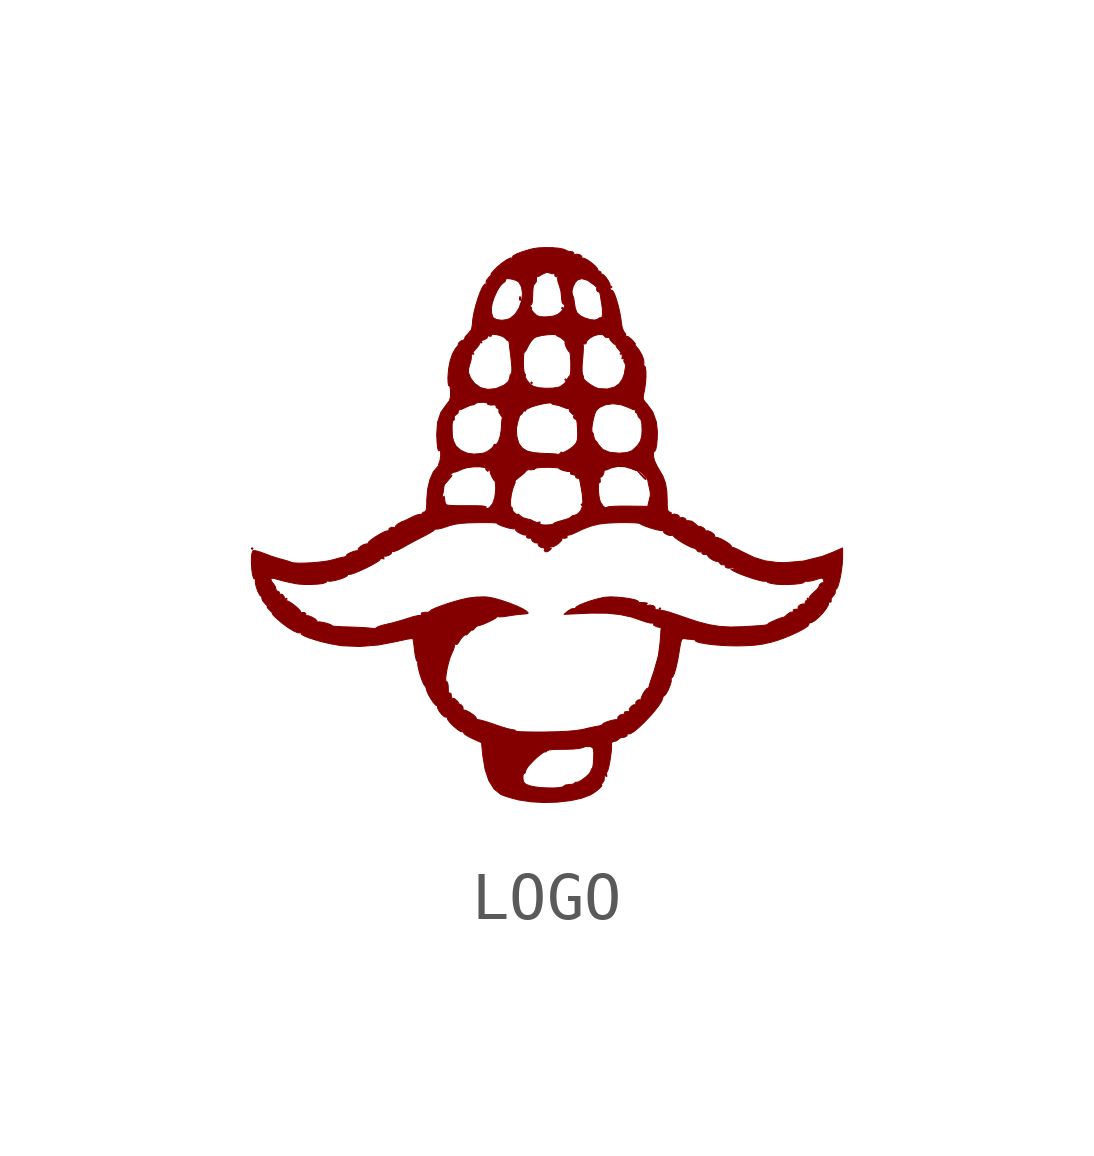
<source format=kicad_sym>
(kicad_symbol_lib
  (version 20210619)
  (generator bitmap2component)
  (symbol "LOGO"
    (pin_names
      (offset 1.016))
    (property "Reference" "#G"
      (at 0 5.351 0)
      (effects (font (size 1.27 1.27)) hide))
    (symbol "LOGO_0_0"
      (polyline (pts (xy 0.224 -5.837) (xy 0.487 -5.807) (xy 0.718 -5.757) (xy 0.902 -5.688) (xy 0.966 -5.65) (xy 1.044 -5.594) (xy 1.108 -5.538) (xy 1.143 -5.496) (xy 1.136 -5.479) (xy 1.132 -5.468) (xy 1.163 -5.427) (xy 1.189 -5.386) (xy 1.194 -5.32) (xy 1.187 -5.285) (xy 1.218 -5.293) (xy 1.247 -5.303) (xy 1.242 -5.267) (xy 1.236 -5.237) (xy 1.253 -5.202) (xy 1.264 -5.186) (xy 1.284 -5.116) (xy 1.306 -5.011) (xy 1.325 -4.89) (xy 1.34 -4.772) (xy 1.346 -4.675) (xy 1.342 -4.62) (xy 1.347 -4.595) (xy 1.396 -4.574) (xy 1.439 -4.565) (xy 1.489 -4.531) (xy 1.5 -4.517) (xy 1.543 -4.495) (xy 1.544 -4.495) (xy 1.61 -4.487) (xy 1.662 -4.46) (xy 1.673 -4.428) (xy 1.671 -4.415) (xy 1.704 -4.417) (xy 1.739 -4.412) (xy 1.814 -4.366) (xy 1.912 -4.285) (xy 2.022 -4.18) (xy 2.136 -4.061) (xy 2.242 -3.939) (xy 2.33 -3.825) (xy 2.39 -3.73) (xy 2.413 -3.664) (xy 2.415 -3.646) (xy 2.443 -3.619) (xy 2.449 -3.617) (xy 2.484 -3.576) (xy 2.525 -3.499) (xy 2.562 -3.408) (xy 2.587 -3.328) (xy 2.587 -3.28) (xy 2.582 -3.268) (xy 2.597 -3.247) (xy 2.616 -3.234) (xy 2.65 -3.164) (xy 2.686 -3.044) (xy 2.722 -2.882) (xy 2.755 -2.689) (xy 2.763 -2.636) (xy 2.783 -2.522) (xy 2.803 -2.458) (xy 2.827 -2.433) (xy 2.86 -2.433) (xy 2.92 -2.443) (xy 3.015 -2.45) (xy 3.073 -2.457) (xy 3.092 -2.474) (xy 3.104 -2.493) (xy 3.172 -2.515) (xy 3.285 -2.537) (xy 3.432 -2.557) (xy 3.601 -2.572) (xy 3.78 -2.582) (xy 3.957 -2.585) (xy 4.11 -2.582) (xy 4.316 -2.571) (xy 4.493 -2.547) (xy 4.667 -2.508) (xy 4.788 -2.473) (xy 4.944 -2.417) (xy 5.099 -2.353) (xy 5.24 -2.287) (xy 5.354 -2.225) (xy 5.43 -2.173) (xy 5.454 -2.136) (xy 5.452 -2.122) (xy 5.471 -2.104) (xy 5.502 -2.101) (xy 5.574 -2.061) (xy 5.658 -1.99) (xy 5.743 -1.901) (xy 5.814 -1.811) (xy 5.858 -1.733) (xy 5.862 -1.682) (xy 5.856 -1.667) (xy 5.88 -1.671) (xy 5.891 -1.677) (xy 5.915 -1.669) (xy 5.918 -1.605) (xy 5.928 -1.583) (xy 5.97 -1.533) (xy 5.999 -1.491) (xy 6.006 -1.431) (xy 6.001 -1.409) (xy 6.018 -1.402) (xy 6.029 -1.401) (xy 6.054 -1.355) (xy 6.082 -1.264) (xy 6.11 -1.143) (xy 6.133 -1.007) (xy 6.149 -0.87) (xy 6.156 -0.748) (xy 6.156 -0.545) (xy 5.961 -0.631) (xy 5.73 -0.721) (xy 5.342 -0.818) (xy 4.953 -0.852) (xy 4.789 -0.847) (xy 4.543 -0.814) (xy 4.314 -0.744) (xy 4.074 -0.628) (xy 4.064 -0.623) (xy 3.959 -0.569) (xy 3.879 -0.535) (xy 3.842 -0.527) (xy 3.838 -0.529) (xy 3.84 -0.518) (xy 3.834 -0.498) (xy 3.788 -0.455) (xy 3.712 -0.405) (xy 3.628 -0.359) (xy 3.554 -0.329) (xy 3.511 -0.326) (xy 3.495 -0.333) (xy 3.495 -0.313) (xy 3.498 -0.305) (xy 3.478 -0.262) (xy 3.424 -0.218) (xy 3.359 -0.189) (xy 3.308 -0.19) (xy 3.292 -0.197) (xy 3.293 -0.177) (xy 3.291 -0.159) (xy 3.253 -0.124) (xy 3.198 -0.098) (xy 3.154 -0.097) (xy 3.127 -0.079) (xy 3.075 -0.031) (xy 3.014 0.012) (xy 2.939 0.023) (xy 2.904 0.019) (xy 2.892 0.034) (xy 2.895 0.045) (xy 2.87 0.074) (xy 2.817 0.089) (xy 2.765 0.08) (xy 2.751 0.073) (xy 2.752 0.094) (xy 2.753 0.118) (xy 2.716 0.147) (xy 2.655 0.161) (xy 2.599 0.149) (xy 2.58 0.141) (xy 2.584 0.164) (xy 2.59 0.185) (xy 2.556 0.203) (xy 2.535 0.209) (xy 2.515 0.242) (xy 2.505 0.318) (xy 2.503 0.448) (xy 2.495 0.639) (xy 2.468 0.803) (xy 2.414 0.949) (xy 2.326 1.1) (xy 2.292 1.157) (xy 2.237 1.278) (xy 2.216 1.375) (xy 2.216 1.383) (xy 2.222 1.449) (xy 2.237 1.469) (xy 2.245 1.468) (xy 2.266 1.508) (xy 2.284 1.598) (xy 2.295 1.724) (xy 2.299 1.873) (xy 2.278 2.075) (xy 2.203 2.286) (xy 2.077 2.458) (xy 2.038 2.5) (xy 2.007 2.551) (xy 2.005 2.613) (xy 2.025 2.714) (xy 2.034 2.76) (xy 2.053 2.891) (xy 2.062 3.021) (xy 2.06 3.135) (xy 2.049 3.216) (xy 2.027 3.247) (xy 2.015 3.25) (xy 2.013 3.281) (xy 2.019 3.296) (xy 2.014 3.373) (xy 1.975 3.476) (xy 1.911 3.585) (xy 1.83 3.682) (xy 1.786 3.727) (xy 1.766 3.752) (xy 1.793 3.736) (xy 1.81 3.722) (xy 1.844 3.699) (xy 1.834 3.717) (xy 1.779 3.779) (xy 1.752 3.807) (xy 1.688 3.856) (xy 1.647 3.866) (xy 1.634 3.861) (xy 1.636 3.882) (xy 1.641 3.904) (xy 1.612 3.947) (xy 1.592 3.974) (xy 1.564 4.058) (xy 1.545 4.178) (xy 1.541 4.215) (xy 1.518 4.35) (xy 1.486 4.491) (xy 1.449 4.622) (xy 1.411 4.73) (xy 1.377 4.8) (xy 1.351 4.819) (xy 1.336 4.815) (xy 1.315 4.846) (xy 1.316 4.915) (xy 1.31 4.951) (xy 1.276 5.018) (xy 1.228 5.088) (xy 1.179 5.141) (xy 1.146 5.155) (xy 1.133 5.152) (xy 1.124 5.181) (xy 1.123 5.2) (xy 1.091 5.217) (xy 1.074 5.217) (xy 1.057 5.247) (xy 1.052 5.267) (xy 1.009 5.321) (xy 0.936 5.385) (xy 0.854 5.444) (xy 0.781 5.484) (xy 0.736 5.491) (xy 0.721 5.484) (xy 0.723 5.505) (xy 0.724 5.529) (xy 0.686 5.559) (xy 0.626 5.572) (xy 0.57 5.561) (xy 0.551 5.552) (xy 0.555 5.575) (xy 0.561 5.594) (xy 0.535 5.62) (xy 0.521 5.621) (xy 0.457 5.629) (xy 0.437 5.634) (xy 0.376 5.662) (xy 0.346 5.675) (xy 0.246 5.695) (xy 0.111 5.707) (xy -0.038 5.709) (xy -0.18 5.702) (xy -0.294 5.685) (xy -0.358 5.669) (xy -0.464 5.637) (xy -0.327 5.637) (xy -0.322 5.641) (xy -0.282 5.637) (xy -0.277 5.627) (xy -0.304 5.614) (xy -0.322 5.617) (xy -0.327 5.637) (xy -0.464 5.637) (xy -0.514 5.622) (xy -0.633 5.576) (xy -0.706 5.535) (xy -0.721 5.503) (xy -0.715 5.49) (xy -0.735 5.49) (xy -0.766 5.49) (xy -0.838 5.455) (xy -0.931 5.391) (xy -1.029 5.31) (xy -1.116 5.222) (xy -1.157 5.173) (xy -1.167 5.153) (xy -1.131 5.175) (xy -1.114 5.186) (xy -1.125 5.17) (xy -1.178 5.12) (xy -1.197 5.103) (xy -1.262 5.024) (xy -1.268 4.971) (xy -1.257 4.949) (xy -1.276 4.949) (xy -1.302 4.942) (xy -1.343 4.885) (xy -1.39 4.784) (xy -1.438 4.653) (xy -1.482 4.507) (xy -1.499 4.439) (xy -1.159 4.439) (xy -1.14 4.549) (xy -1.096 4.681) (xy -1.036 4.81) (xy -0.971 4.914) (xy -0.91 4.974) (xy -0.872 5.001) (xy -0.86 5.035) (xy -0.863 5.043) (xy -0.843 5.061) (xy -0.785 5.061) (xy -0.709 5.046) (xy -0.635 5.021) (xy -0.584 4.987) (xy -0.531 4.892) (xy -0.51 4.753) (xy -0.528 4.6) (xy -0.555 4.524) (xy -0.367 4.524) (xy -0.347 4.52) (xy -0.324 4.518) (xy -0.307 4.563) (xy -0.299 4.665) (xy -0.296 4.759) (xy -0.291 4.852) (xy -0.283 4.906) (xy -0.268 4.939) (xy -0.243 4.968) (xy -0.222 5) (xy -0.217 5.06) (xy -0.222 5.081) (xy -0.21 5.099) (xy -0.209 5.099) (xy -0.165 5.113) (xy -0.095 5.153) (xy -0.084 5.16) (xy -0.006 5.193) (xy 0.061 5.178) (xy 0.105 5.162) (xy 0.151 5.168) (xy 0.162 5.173) (xy 0.164 5.141) (xy 0.164 5.116) (xy 0.197 5.099) (xy 0.216 5.1) (xy 0.223 5.078) (xy 0.22 5.07) (xy 0.226 5.011) (xy 0.254 4.926) (xy 0.258 4.916) (xy 0.288 4.805) (xy 0.521 4.805) (xy 0.546 4.898) (xy 0.59 4.985) (xy 0.645 5.04) (xy 0.73 5.061) (xy 0.846 5.027) (xy 0.981 4.931) (xy 1.02 4.896) (xy 1.06 4.856) (xy 1.057 4.851) (xy 1.033 4.857) (xy 1.036 4.822) (xy 1.049 4.797) (xy 1.079 4.784) (xy 1.092 4.782) (xy 1.107 4.741) (xy 1.11 4.721) (xy 1.122 4.638) (xy 1.14 4.532) (xy 1.155 4.419) (xy 1.157 4.318) (xy 1.143 4.255) (xy 1.116 4.245) (xy 1.105 4.249) (xy 1.066 4.228) (xy 1.057 4.218) (xy 0.993 4.199) (xy 0.898 4.209) (xy 0.792 4.241) (xy 0.695 4.289) (xy 0.628 4.349) (xy 0.622 4.359) (xy 0.59 4.445) (xy 0.572 4.55) (xy 0.57 4.574) (xy 0.554 4.667) (xy 0.532 4.725) (xy 0.527 4.734) (xy 0.521 4.805) (xy 0.288 4.805) (xy 0.291 4.794) (xy 0.304 4.668) (xy 0.305 4.637) (xy 0.308 4.617) (xy 0.338 4.617) (xy 0.355 4.634) (xy 0.372 4.617) (xy 0.355 4.6) (xy 0.338 4.617) (xy 0.308 4.617) (xy 0.317 4.562) (xy 0.338 4.532) (xy 0.357 4.529) (xy 0.372 4.494) (xy 0.344 4.432) (xy 0.279 4.359) (xy 0.222 4.316) (xy 0.13 4.281) (xy -0.001 4.267) (xy -0.05 4.265) (xy -0.147 4.27) (xy -0.212 4.294) (xy -0.269 4.345) (xy -0.281 4.358) (xy -0.321 4.41) (xy -0.323 4.431) (xy -0.317 4.443) (xy -0.343 4.488) (xy -0.367 4.524) (xy -0.555 4.524) (xy -0.58 4.45) (xy -0.662 4.322) (xy -0.769 4.233) (xy -0.832 4.209) (xy -0.944 4.195) (xy -1.049 4.209) (xy -1.119 4.248) (xy -1.127 4.26) (xy -1.151 4.338) (xy -1.159 4.439) (xy -1.499 4.439) (xy -1.52 4.356) (xy -1.545 4.215) (xy -1.555 4.097) (xy -1.571 4.005) (xy -1.64 3.918) (xy -1.641 3.916) (xy -1.697 3.859) (xy -1.698 3.858) (xy -1.649 3.858) (xy -1.64 3.889) (xy -1.633 3.9) (xy -1.603 3.923) (xy -1.598 3.921) (xy -1.607 3.889) (xy -1.613 3.88) (xy -1.644 3.856) (xy -1.649 3.858) (xy -1.698 3.858) (xy -1.716 3.812) (xy -1.716 3.796) (xy -1.747 3.779) (xy -1.774 3.775) (xy -1.827 3.736) (xy -1.847 3.708) (xy -1.847 3.687) (xy -1.851 3.668) (xy -1.892 3.621) (xy -1.905 3.607) (xy -1.907 3.602) (xy -1.894 3.602) (xy -1.877 3.619) (xy -1.86 3.602) (xy -1.522 3.602) (xy -1.505 3.619) (xy -1.488 3.602) (xy -1.505 3.585) (xy -1.522 3.602) (xy -1.86 3.602) (xy -1.877 3.585) (xy -1.894 3.602) (xy -1.907 3.602) (xy -1.966 3.499) (xy -2.016 3.349) (xy -2.05 3.174) (xy -2.054 3.115) (xy -1.637 3.115) (xy -1.632 3.186) (xy -1.607 3.281) (xy -1.593 3.321) (xy -1.574 3.406) (xy -1.575 3.454) (xy -1.576 3.466) (xy -1.55 3.518) (xy -1.491 3.587) (xy -1.465 3.615) (xy -1.413 3.683) (xy -1.396 3.729) (xy -1.396 3.743) (xy -1.37 3.772) (xy -1.303 3.791) (xy -1.248 3.825) (xy -1.236 3.859) (xy -1.236 3.872) (xy -1.197 3.866) (xy -1.166 3.859) (xy -1.158 3.876) (xy -1.161 3.891) (xy -1.128 3.903) (xy -1.062 3.898) (xy -0.984 3.88) (xy -0.912 3.852) (xy -0.867 3.818) (xy -0.835 3.781) (xy -0.807 3.77) (xy -0.798 3.769) (xy -0.787 3.727) (xy -0.786 3.715) (xy -0.777 3.638) (xy -0.777 3.636) (xy -0.744 3.636) (xy -0.727 3.653) (xy -0.71 3.636) (xy -0.727 3.619) (xy -0.744 3.636) (xy -0.777 3.636) (xy -0.764 3.521) (xy -0.747 3.382) (xy -0.747 3.377) (xy -0.741 3.32) (xy -0.491 3.32) (xy -0.488 3.432) (xy -0.48 3.508) (xy -0.471 3.533) (xy -0.464 3.534) (xy -0.433 3.574) (xy -0.394 3.651) (xy -0.383 3.675) (xy -0.323 3.768) (xy -0.259 3.832) (xy -0.204 3.855) (xy -0.111 3.877) (xy -0.004 3.892) (xy 0.098 3.9) (xy 0.173 3.897) (xy 0.203 3.881) (xy 0.204 3.874) (xy 0.238 3.856) (xy 0.285 3.835) (xy 0.348 3.783) (xy 0.355 3.776) (xy 0.391 3.736) (xy 0.385 3.732) (xy 0.378 3.734) (xy 0.374 3.707) (xy 0.4 3.637) (xy 0.41 3.616) (xy 0.447 3.552) (xy 0.471 3.533) (xy 0.473 3.533) (xy 0.483 3.497) (xy 0.491 3.412) (xy 0.496 3.294) (xy 0.496 3.273) (xy 0.495 3.229) (xy 0.731 3.229) (xy 0.742 3.384) (xy 0.747 3.432) (xy 0.756 3.559) (xy 0.758 3.655) (xy 0.752 3.7) (xy 0.748 3.712) (xy 0.773 3.707) (xy 0.79 3.699) (xy 0.812 3.712) (xy 0.833 3.768) (xy 0.897 3.827) (xy 0.984 3.874) (xy 1.077 3.9) (xy 1.155 3.9) (xy 1.199 3.864) (xy 1.216 3.842) (xy 1.27 3.835) (xy 1.296 3.841) (xy 1.305 3.826) (xy 1.314 3.788) (xy 1.362 3.733) (xy 1.41 3.693) (xy 1.419 3.692) (xy 1.386 3.737) (xy 1.361 3.772) (xy 1.356 3.787) (xy 1.395 3.759) (xy 1.427 3.724) (xy 1.435 3.683) (xy 1.434 3.679) (xy 1.451 3.634) (xy 1.478 3.602) (xy 1.488 3.602) (xy 1.505 3.619) (xy 1.522 3.602) (xy 1.505 3.585) (xy 1.488 3.602) (xy 1.478 3.602) (xy 1.504 3.572) (xy 1.562 3.5) (xy 1.567 3.432) (xy 1.559 3.394) (xy 1.583 3.395) (xy 1.605 3.402) (xy 1.604 3.37) (xy 1.599 3.345) (xy 1.62 3.3) (xy 1.631 3.289) (xy 1.641 3.237) (xy 1.64 3.235) (xy 1.625 3.172) (xy 1.611 3.082) (xy 1.609 3.073) (xy 1.57 2.969) (xy 1.504 2.874) (xy 1.409 2.805) (xy 1.256 2.764) (xy 1.073 2.773) (xy 1.056 2.777) (xy 0.981 2.81) (xy 0.896 2.862) (xy 0.819 2.92) (xy 0.768 2.97) (xy 0.758 3.002) (xy 0.763 3.014) (xy 0.745 3.059) (xy 0.745 3.06) (xy 0.732 3.117) (xy 0.731 3.229) (xy 0.495 3.229) (xy 0.495 3.157) (xy 0.488 3.075) (xy 0.478 3.044) (xy 0.451 3.017) (xy 0.415 2.951) (xy 0.364 2.879) (xy 0.281 2.816) (xy 0.246 2.803) (xy 0.126 2.783) (xy -0.021 2.779) (xy -0.164 2.789) (xy -0.275 2.816) (xy -0.291 2.824) (xy -0.359 2.875) (xy -0.417 2.945) (xy -0.453 3.012) (xy -0.45 3.056) (xy -0.445 3.062) (xy -0.46 3.078) (xy -0.461 3.078) (xy -0.476 3.112) (xy -0.487 3.195) (xy -0.491 3.311) (xy -0.491 3.32) (xy -0.741 3.32) (xy -0.732 3.222) (xy -0.732 3.123) (xy -0.745 3.083) (xy -0.766 3.059) (xy -0.778 2.993) (xy -0.8 2.924) (xy -0.888 2.848) (xy -0.896 2.843) (xy -1.065 2.772) (xy -1.232 2.756) (xy -1.383 2.792) (xy -1.505 2.88) (xy -1.523 2.902) (xy -1.578 2.974) (xy -1.603 3.022) (xy -1.605 3.035) (xy -1.633 3.1) (xy -1.637 3.115) (xy -2.054 3.115) (xy -2.063 2.996) (xy -2.059 2.902) (xy -2.05 2.839) (xy -2.037 2.829) (xy -2.027 2.831) (xy -2.014 2.788) (xy -2.007 2.701) (xy -2.01 2.598) (xy -2.022 2.554) (xy 1.928 2.554) (xy 1.945 2.571) (xy 1.962 2.554) (xy 1.945 2.537) (xy 1.928 2.554) (xy -2.022 2.554) (xy -2.032 2.518) (xy -2.086 2.45) (xy -2.119 2.404) (xy -2.089 2.404) (xy -2.08 2.435) (xy -2.073 2.445) (xy -2.042 2.469) (xy -2.038 2.467) (xy -2.046 2.435) (xy -2.053 2.425) (xy -2.084 2.401) (xy -2.089 2.404) (xy -2.119 2.404) (xy -2.208 2.281) (xy -2.279 2.069) (xy -2.288 1.934) (xy -1.975 1.934) (xy -1.975 2.016) (xy -1.967 2.088) (xy -1.954 2.109) (xy -1.954 2.109) (xy -1.93 2.119) (xy -1.931 2.187) (xy -1.924 2.204) (xy -1.879 2.24) (xy -1.853 2.262) (xy -1.845 2.303) (xy -1.851 2.314) (xy -1.837 2.328) (xy -1.833 2.327) (xy -1.78 2.341) (xy -1.701 2.377) (xy -1.691 2.383) (xy -1.605 2.42) (xy -1.54 2.435) (xy -1.516 2.438) (xy -1.488 2.461) (xy -1.485 2.466) (xy -1.439 2.481) (xy -1.355 2.487) (xy -1.325 2.487) (xy -1.258 2.479) (xy -1.239 2.462) (xy -1.23 2.442) (xy -1.175 2.43) (xy -1.09 2.433) (xy -1.072 2.431) (xy -1.056 2.394) (xy -1.056 2.376) (xy -1.024 2.359) (xy -1.006 2.357) (xy -1.001 2.321) (xy -1.002 2.284) (xy -0.967 2.224) (xy -0.939 2.19) (xy -0.93 2.159) (xy -0.936 2.139) (xy -0.944 2.066) (xy -0.95 1.961) (xy -0.951 1.942) (xy -0.636 1.942) (xy -0.608 2.081) (xy -0.607 2.085) (xy -0.583 2.157) (xy -0.575 2.195) (xy -0.573 2.204) (xy -0.535 2.236) (xy -0.516 2.252) (xy -0.49 2.299) (xy -0.49 2.308) (xy -0.473 2.328) (xy -0.439 2.337) (xy -0.372 2.368) (xy -0.314 2.393) (xy -0.214 2.424) (xy -0.104 2.451) (xy -0.003 2.469) (xy 0.072 2.475) (xy 0.102 2.465) (xy 0.115 2.447) (xy 0.171 2.435) (xy 0.245 2.421) (xy 0.336 2.386) (xy 0.339 2.384) (xy 0.412 2.358) (xy 0.458 2.36) (xy 0.468 2.367) (xy 0.462 2.345) (xy 0.46 2.342) (xy 0.474 2.295) (xy 0.532 2.239) (xy 0.545 2.229) (xy 0.589 2.189) (xy 0.615 2.136) (xy 0.628 2.054) (xy 0.635 1.947) (xy 0.935 1.947) (xy 0.947 2.043) (xy 0.969 2.149) (xy 0.995 2.245) (xy 1.024 2.31) (xy 1.093 2.38) (xy 1.221 2.437) (xy 1.377 2.457) (xy 1.544 2.436) (xy 1.591 2.418) (xy 2.063 2.418) (xy 2.08 2.435) (xy 2.097 2.418) (xy 2.08 2.401) (xy 2.063 2.418) (xy 1.591 2.418) (xy 1.707 2.375) (xy 1.716 2.37) (xy 1.791 2.337) (xy 1.837 2.328) (xy 1.847 2.328) (xy 1.844 2.301) (xy 1.838 2.287) (xy 1.858 2.266) (xy 1.875 2.26) (xy 1.894 2.214) (xy 1.899 2.19) (xy 1.938 2.146) (xy 1.954 2.13) (xy 1.974 2.053) (xy 1.98 1.913) (xy 1.974 1.792) (xy 1.946 1.681) (xy 1.885 1.587) (xy 1.778 1.486) (xy 1.767 1.478) (xy 1.668 1.442) (xy 1.508 1.428) (xy 1.503 1.428) (xy 1.307 1.446) (xy 1.165 1.503) (xy 1.077 1.6) (xy 1.046 1.651) (xy 1.008 1.694) (xy 0.989 1.72) (xy 0.972 1.787) (xy 0.965 1.831) (xy 0.947 1.86) (xy 0.935 1.879) (xy 0.935 1.947) (xy 0.635 1.947) (xy 0.636 1.923) (xy 0.639 1.8) (xy 0.633 1.709) (xy 0.613 1.648) (xy 0.576 1.599) (xy 0.538 1.563) (xy 0.464 1.507) (xy 0.387 1.462) (xy 0.328 1.438) (xy 0.304 1.445) (xy 0.3 1.452) (xy 0.276 1.429) (xy 0.262 1.41) (xy 0.234 1.401) (xy 0.227 1.404) (xy 0.169 1.412) (xy 0.066 1.419) (xy -0.066 1.423) (xy -0.098 1.424) (xy -0.283 1.44) (xy -0.417 1.474) (xy -0.511 1.533) (xy -0.579 1.621) (xy -0.592 1.646) (xy -0.629 1.785) (xy -0.636 1.942) (xy -0.951 1.942) (xy -0.954 1.901) (xy -0.975 1.778) (xy -1.008 1.678) (xy -1.046 1.617) (xy -1.085 1.608) (xy -1.098 1.613) (xy -1.109 1.588) (xy -1.112 1.574) (xy -1.152 1.529) (xy -1.22 1.478) (xy -1.292 1.438) (xy -1.345 1.425) (xy -1.387 1.422) (xy -1.389 1.421) (xy -1.436 1.415) (xy -1.519 1.409) (xy -1.522 1.409) (xy -1.663 1.428) (xy -1.793 1.487) (xy -1.893 1.575) (xy -1.945 1.68) (xy -1.952 1.714) (xy -1.963 1.742) (xy -1.967 1.76) (xy -1.971 1.83) (xy -1.975 1.934) (xy -2.288 1.934) (xy -2.296 1.817) (xy -2.288 1.649) (xy -2.275 1.53) (xy -2.257 1.476) (xy -2.234 1.486) (xy -2.229 1.49) (xy -2.217 1.467) (xy -2.213 1.395) (xy -2.214 1.38) (xy -2.225 1.285) (xy -2.246 1.221) (xy -2.259 1.19) (xy -2.229 1.198) (xy -2.222 1.201) (xy -2.222 1.201) (xy 1.421 1.201) (xy 1.438 1.218) (xy 1.454 1.201) (xy 1.522 1.201) (xy 1.539 1.218) (xy 1.556 1.201) (xy 1.539 1.184) (xy 1.522 1.201) (xy 1.454 1.201) (xy 1.438 1.184) (xy 1.421 1.201) (xy -2.222 1.201) (xy -2.225 1.191) (xy -2.254 1.167) (xy 2.232 1.167) (xy 2.249 1.184) (xy 2.266 1.167) (xy 2.249 1.15) (xy 2.232 1.167) (xy -2.254 1.167) (xy -2.273 1.151) (xy -2.278 1.146) (xy -2.369 1.034) (xy -2.44 0.871) (xy -2.486 0.673) (xy -2.5 0.489) (xy -2.19 0.489) (xy -2.178 0.541) (xy -2.162 0.607) (xy -2.15 0.693) (xy -2.146 0.734) (xy -2.131 0.778) (xy -2.127 0.783) (xy -2.088 0.827) (xy -2.029 0.896) (xy -1.99 0.944) (xy -1.979 0.966) (xy -2.012 0.947) (xy -2.056 0.916) (xy -2.058 0.922) (xy -2.015 0.973) (xy -1.965 1.022) (xy -1.935 1.033) (xy -1.925 1.032) (xy -1.869 1.048) (xy -1.786 1.086) (xy -1.771 1.093) (xy -1.656 1.128) (xy -1.52 1.144) (xy -1.386 1.143) (xy -1.274 1.124) (xy -1.206 1.086) (xy -1.187 1.059) (xy -1.178 1.035) (xy -1.181 1.032) (xy -0.507 1.032) (xy -0.49 1.048) (xy -0.473 1.032) (xy -0.49 1.015) (xy -0.507 1.032) (xy -1.181 1.032) (xy -1.181 1.031) (xy -1.17 0.991) (xy -1.142 0.928) (xy -1.109 0.871) (xy -1.085 0.846) (xy -1.078 0.832) (xy -1.07 0.767) (xy -1.068 0.668) (xy -1.086 0.507) (xy -1.131 0.377) (xy -1.14 0.366) (xy -0.761 0.366) (xy -0.757 0.457) (xy -0.742 0.564) (xy -0.718 0.669) (xy -0.688 0.753) (xy -0.685 0.757) (xy -0.661 0.82) (xy -0.665 0.846) (xy -0.667 0.849) (xy -0.639 0.879) (xy -0.575 0.93) (xy -0.55 0.949) (xy -0.478 1.009) (xy -0.438 1.051) (xy -0.429 1.064) (xy -0.394 1.085) (xy -0.325 1.081) (xy -0.264 1.089) (xy -0.248 1.108) (xy -0.248 1.111) (xy -0.209 1.122) (xy -0.121 1.13) (xy 0 1.133) (xy 0.035 1.133) (xy 0.149 1.129) (xy 0.226 1.122) (xy 0.251 1.112) (xy 0.251 1.107) (xy 0.287 1.085) (xy 0.355 1.063) (xy 0.43 1.047) (xy 0.484 1.045) (xy 0.494 1.044) (xy 0.491 1.016) (xy 0.492 0.994) (xy 0.539 0.981) (xy 0.579 0.972) (xy 0.6 0.939) (xy 0.601 0.921) (xy 0.634 0.905) (xy 0.65 0.906) (xy 0.679 0.888) (xy 0.683 0.862) (xy 0.696 0.795) (xy 0.699 0.78) (xy 0.706 0.741) (xy 1.07 0.741) (xy 1.078 0.804) (xy 1.096 0.82) (xy 1.111 0.825) (xy 1.108 0.874) (xy 1.102 0.917) (xy 1.116 0.93) (xy 1.122 0.928) (xy 1.154 0.951) (xy 1.182 1.004) (xy 1.189 1.057) (xy 1.189 1.06) (xy 1.209 1.075) (xy 1.241 1.079) (xy 1.305 1.107) (xy 1.337 1.122) (xy 1.472 1.151) (xy 1.623 1.145) (xy 1.756 1.106) (xy 1.774 1.097) (xy 1.85 1.069) (xy 1.886 1.065) (xy 2.3 1.065) (xy 2.317 1.082) (xy 2.334 1.065) (xy 2.317 1.048) (xy 2.3 1.065) (xy 1.886 1.065) (xy 1.893 1.065) (xy 1.916 1.06) (xy 1.97 1.02) (xy 2.031 0.96) (xy 2.082 0.9) (xy 2.101 0.857) (xy 2.101 0.852) (xy 2.111 0.793) (xy 2.132 0.706) (xy 2.136 0.689) (xy 2.152 0.598) (xy 2.151 0.536) (xy 2.138 0.489) (xy 2.118 0.406) (xy 2.1 0.321) (xy 1.684 0.326) (xy 1.675 0.326) (xy 1.515 0.326) (xy 1.382 0.321) (xy 1.289 0.313) (xy 1.25 0.303) (xy 1.222 0.288) (xy 1.173 0.321) (xy 1.118 0.401) (xy 1.098 0.457) (xy 1.081 0.548) (xy 1.072 0.649) (xy 1.07 0.741) (xy 0.706 0.741) (xy 0.734 0.578) (xy 0.747 0.428) (xy 0.737 0.317) (xy 0.704 0.235) (xy 0.7 0.228) (xy 0.639 0.162) (xy 0.578 0.135) (xy 0.54 0.13) (xy 0.502 0.102) (xy 0.483 0.085) (xy 0.414 0.055) (xy 0.313 0.026) (xy 0.242 0.007) (xy 0.165 -0.02) (xy 0.135 -0.042) (xy 0.128 -0.05) (xy 0.073 -0.062) (xy -0.019 -0.068) (xy -0.078 -0.066) (xy -0.142 -0.054) (xy -0.149 -0.028) (xy -0.142 -0.005) (xy -0.179 -0.01) (xy -0.212 -0.015) (xy -0.278 0.01) (xy -0.333 0.04) (xy -0.421 0.061) (xy -0.499 0.084) (xy -0.563 0.129) (xy -0.591 0.158) (xy -0.608 0.155) (xy -0.627 0.151) (xy -0.676 0.185) (xy -0.716 0.234) (xy -0.724 0.275) (xy -0.72 0.284) (xy -0.74 0.304) (xy -0.751 0.312) (xy -0.761 0.366) (xy -1.14 0.366) (xy -1.197 0.296) (xy -1.231 0.278) (xy -1.27 0.275) (xy -1.268 0.305) (xy -1.272 0.315) (xy -1.332 0.328) (xy -1.458 0.334) (xy -1.65 0.334) (xy -1.806 0.334) (xy -1.945 0.337) (xy -2.045 0.343) (xy -2.092 0.352) (xy -2.118 0.391) (xy -2.131 0.467) (xy -2.132 0.499) (xy -2.142 0.532) (xy -2.167 0.507) (xy -2.177 0.495) (xy -2.19 0.489) (xy -2.5 0.489) (xy -2.503 0.455) (xy -2.504 0.36) (xy -2.511 0.265) (xy -2.527 0.216) (xy -2.554 0.203) (xy -2.577 0.199) (xy -2.604 0.167) (xy -2.607 0.155) (xy -2.637 0.151) (xy -2.655 0.154) (xy -2.723 0.136) (xy -2.814 0.096) (xy -2.863 0.071) (xy -2.939 0.033) (xy -2.976 0.016) (xy -3.016 0.003) (xy -3.089 -0.035) (xy -3.143 -0.078) (xy -3.156 -0.112) (xy -3.15 -0.125) (xy -3.171 -0.123) (xy -3.186 -0.117) (xy -3.242 -0.116) (xy -3.287 -0.141) (xy -3.292 -0.178) (xy -3.286 -0.192) (xy -3.307 -0.191) (xy -3.329 -0.19) (xy -3.395 -0.213) (xy -3.408 -0.22) (xy -3.382 -0.22) (xy -3.365 -0.203) (xy -3.348 -0.22) (xy -3.365 -0.237) (xy -3.382 -0.22) (xy -3.408 -0.22) (xy -3.483 -0.259) (xy -3.578 -0.317) (xy -3.661 -0.376) (xy -3.717 -0.426) (xy -3.729 -0.456) (xy -3.721 -0.466) (xy -3.739 -0.464) (xy -3.76 -0.46) (xy -3.818 -0.477) (xy -3.881 -0.514) (xy -3.892 -0.524) (xy -3.856 -0.524) (xy -3.839 -0.507) (xy -3.822 -0.524) (xy -3.839 -0.541) (xy -3.856 -0.524) (xy -3.892 -0.524) (xy -3.927 -0.556) (xy -3.932 -0.589) (xy -3.925 -0.598) (xy -3.94 -0.604) (xy -3.964 -0.603) (xy -4.03 -0.619) (xy -4.104 -0.648) (xy -4.162 -0.681) (xy -4.179 -0.707) (xy -4.18 -0.72) (xy -4.222 -0.734) (xy -4.26 -0.74) (xy -4.352 -0.762) (xy -4.464 -0.794) (xy -4.465 -0.794) (xy -4.568 -0.817) (xy -4.706 -0.836) (xy -4.862 -0.851) (xy -5.019 -0.86) (xy -5.16 -0.862) (xy -5.269 -0.857) (xy -5.327 -0.844) (xy -5.348 -0.834) (xy -5.424 -0.809) (xy -5.526 -0.781) (xy -5.597 -0.762) (xy -5.743 -0.715) (xy -5.882 -0.663) (xy -5.97 -0.631) (xy -6.061 -0.605) (xy -6.113 -0.6) (xy -6.125 -0.609) (xy -6.147 -0.673) (xy -6.155 -0.789) (xy -6.154 -0.842) (xy -6.146 -0.993) (xy -6.129 -1.11) (xy -6.106 -1.181) (xy -6.078 -1.195) (xy -6.063 -1.189) (xy -6.066 -1.2) (xy -5.75 -1.2) (xy -5.736 -1.177) (xy -5.687 -1.179) (xy -5.589 -1.206) (xy -5.518 -1.226) (xy -5.37 -1.261) (xy -5.225 -1.29) (xy -5.173 -1.297) (xy -5.043 -1.306) (xy -4.907 -1.306) (xy -4.778 -1.299) (xy -4.672 -1.286) (xy -4.604 -1.266) (xy -4.588 -1.243) (xy -4.595 -1.226) (xy -4.567 -1.234) (xy -4.564 -1.235) (xy -4.508 -1.239) (xy -4.42 -1.224) (xy -4.321 -1.198) (xy -4.23 -1.165) (xy -4.166 -1.132) (xy -4.149 -1.106) (xy -4.155 -1.091) (xy -4.13 -1.097) (xy -4.088 -1.094) (xy -4.004 -1.067) (xy -3.894 -1.021) (xy -3.772 -0.965) (xy -3.654 -0.905) (xy -3.554 -0.848) (xy -3.487 -0.803) (xy -3.468 -0.775) (xy -3.468 -0.762) (xy -3.429 -0.767) (xy -3.393 -0.775) (xy -3.396 -0.749) (xy -3.404 -0.731) (xy -3.393 -0.716) (xy -3.36 -0.718) (xy -3.296 -0.7) (xy -3.245 -0.668) (xy -3.235 -0.635) (xy -3.241 -0.62) (xy -3.221 -0.621) (xy -3.185 -0.62) (xy -3.107 -0.591) (xy -3.007 -0.539) (xy -2.887 -0.471) (xy -2.736 -0.39) (xy -2.591 -0.315) (xy -2.561 -0.3) (xy -2.452 -0.241) (xy -2.373 -0.193) (xy -2.339 -0.165) (xy -2.336 -0.158) (xy -2.301 -0.151) (xy -2.266 -0.151) (xy -2.183 -0.132) (xy -2.075 -0.097) (xy -2.036 -0.083) (xy -1.928 -0.054) (xy -1.806 -0.035) (xy -1.651 -0.024) (xy -1.447 -0.019) (xy -1.419 -0.018) (xy -1.263 -0.018) (xy -1.139 -0.02) (xy -1.059 -0.025) (xy -1.034 -0.031) (xy -1.023 -0.049) (xy -0.965 -0.077) (xy -0.88 -0.107) (xy -0.789 -0.133) (xy -0.711 -0.148) (xy -0.667 -0.146) (xy -0.654 -0.14) (xy -0.654 -0.16) (xy -0.654 -0.172) (xy -0.619 -0.208) (xy -0.553 -0.246) (xy -0.482 -0.274) (xy -0.429 -0.278) (xy -0.419 -0.277) (xy -0.422 -0.303) (xy -0.427 -0.319) (xy -0.398 -0.342) (xy -0.327 -0.341) (xy -0.319 -0.342) (xy -0.319 -0.368) (xy -0.321 -0.374) (xy -0.3 -0.409) (xy -0.248 -0.438) (xy -0.192 -0.444) (xy -0.183 -0.444) (xy -0.183 -0.469) (xy -0.186 -0.475) (xy -0.165 -0.51) (xy -0.113 -0.539) (xy -0.057 -0.546) (xy -0.048 -0.546) (xy -0.049 -0.572) (xy -0.058 -0.596) (xy -0.038 -0.624) (xy 0.01 -0.624) (xy 0.062 -0.591) (xy 0.091 -0.554) (xy 0.071 -0.558) (xy 0.044 -0.57) (xy 0.048 -0.546) (xy 0.06 -0.531) (xy 0.099 -0.522) (xy 0.133 -0.519) (xy 0.194 -0.486) (xy 0.258 -0.438) (xy 0.305 -0.389) (xy 0.312 -0.357) (xy 0.306 -0.349) (xy 0.321 -0.339) (xy 0.362 -0.345) (xy 0.417 -0.333) (xy 0.419 -0.296) (xy 0.411 -0.278) (xy 0.422 -0.278) (xy 0.436 -0.281) (xy 0.498 -0.268) (xy 0.586 -0.231) (xy 0.735 -0.159) (xy 0.908 -0.092) (xy 1.079 -0.049) (xy 1.27 -0.027) (xy 1.505 -0.018) (xy 1.506 -0.018) (xy 1.665 -0.018) (xy 1.797 -0.021) (xy 1.889 -0.027) (xy 1.928 -0.034) (xy 1.97 -0.061) (xy 2.057 -0.096) (xy 2.164 -0.133) (xy 2.273 -0.164) (xy 2.361 -0.182) (xy 2.407 -0.183) (xy 2.424 -0.175) (xy 2.425 -0.193) (xy 2.422 -0.197) (xy 2.44 -0.233) (xy 2.495 -0.267) (xy 2.562 -0.288) (xy 2.615 -0.282) (xy 2.631 -0.275) (xy 2.63 -0.288) (xy 2.63 -0.296) (xy 2.665 -0.332) (xy 2.738 -0.384) (xy 2.831 -0.442) (xy 2.858 -0.457) (xy 3.72 -0.457) (xy 3.737 -0.44) (xy 3.754 -0.457) (xy 3.737 -0.473) (xy 3.72 -0.457) (xy 2.858 -0.457) (xy 2.928 -0.496) (xy 3.013 -0.536) (xy 3.068 -0.552) (xy 3.088 -0.557) (xy 3.127 -0.601) (xy 3.144 -0.623) (xy 3.198 -0.63) (xy 3.224 -0.624) (xy 3.23 -0.643) (xy 3.225 -0.657) (xy 3.253 -0.68) (xy 3.323 -0.68) (xy 3.329 -0.68) (xy 3.348 -0.709) (xy 3.349 -0.712) (xy 3.381 -0.75) (xy 3.45 -0.795) (xy 3.462 -0.801) (xy 3.526 -0.826) (xy 3.551 -0.823) (xy 3.562 -0.822) (xy 3.597 -0.861) (xy 3.598 -0.862) (xy 3.619 -0.862) (xy 3.636 -0.846) (xy 3.653 -0.862) (xy 3.636 -0.879) (xy 3.619 -0.862) (xy 3.598 -0.862) (xy 3.632 -0.895) (xy 3.687 -0.896) (xy 3.71 -0.885) (xy 3.709 -0.904) (xy 3.706 -0.911) (xy 3.719 -0.947) (xy 3.771 -0.967) (xy 3.835 -0.961) (xy 3.859 -0.956) (xy 3.905 -0.978) (xy 3.908 -0.997) (xy 3.866 -0.995) (xy 3.841 -0.987) (xy 3.826 -0.987) (xy 3.868 -1.016) (xy 3.897 -1.032) (xy 3.994 -1.077) (xy 4.119 -1.125) (xy 4.255 -1.172) (xy 4.382 -1.21) (xy 4.482 -1.235) (xy 4.539 -1.24) (xy 4.571 -1.236) (xy 4.584 -1.25) (xy 4.599 -1.265) (xy 4.666 -1.284) (xy 4.769 -1.3) (xy 4.78 -1.301) (xy 4.903 -1.308) (xy 5.036 -1.307) (xy 5.164 -1.299) (xy 5.271 -1.287) (xy 5.341 -1.27) (xy 5.36 -1.25) (xy 5.361 -1.238) (xy 5.403 -1.239) (xy 5.421 -1.241) (xy 5.503 -1.232) (xy 5.603 -1.205) (xy 5.647 -1.19) (xy 5.713 -1.172) (xy 5.745 -1.182) (xy 5.76 -1.22) (xy 5.765 -1.256) (xy 5.75 -1.269) (xy 5.714 -1.275) (xy 5.673 -1.313) (xy 5.66 -1.356) (xy 5.657 -1.364) (xy 5.622 -1.408) (xy 5.556 -1.469) (xy 5.53 -1.492) (xy 5.473 -1.555) (xy 5.455 -1.599) (xy 5.452 -1.617) (xy 5.412 -1.64) (xy 5.388 -1.648) (xy 5.372 -1.693) (xy 5.374 -1.714) (xy 5.359 -1.718) (xy 5.334 -1.709) (xy 5.28 -1.724) (xy 5.235 -1.758) (xy 5.227 -1.795) (xy 5.233 -1.807) (xy 5.22 -1.823) (xy 5.185 -1.819) (xy 5.13 -1.831) (xy 5.127 -1.865) (xy 5.135 -1.884) (xy 5.114 -1.881) (xy 5.068 -1.884) (xy 5.007 -1.927) (xy 4.987 -1.945) (xy 5.006 -1.945) (xy 5.022 -1.928) (xy 5.04 -1.945) (xy 5.025 -1.959) (xy 5.657 -1.959) (xy 5.665 -1.928) (xy 5.672 -1.918) (xy 5.703 -1.894) (xy 5.708 -1.896) (xy 5.699 -1.928) (xy 5.692 -1.938) (xy 5.661 -1.962) (xy 5.657 -1.959) (xy 5.025 -1.959) (xy 5.022 -1.962) (xy 5.006 -1.945) (xy 4.987 -1.945) (xy 4.956 -1.973) (xy 4.929 -1.989) (xy 4.92 -1.989) (xy 4.866 -2.004) (xy 4.784 -2.035) (xy 4.697 -2.073) (xy 4.628 -2.106) (xy 4.6 -2.127) (xy 4.6 -2.129) (xy 4.592 -2.139) (xy 4.566 -2.148) (xy 4.511 -2.156) (xy 4.417 -2.164) (xy 4.276 -2.173) (xy 4.077 -2.185) (xy 4.076 -2.185) (xy 3.824 -2.192) (xy 3.596 -2.179) (xy 3.374 -2.143) (xy 3.135 -2.081) (xy 2.858 -1.988) (xy 2.732 -1.944) (xy 2.575 -1.891) (xy 2.457 -1.858) (xy 2.361 -1.838) (xy 2.272 -1.829) (xy 2.255 -1.825) (xy 2.248 -1.795) (xy 2.25 -1.776) (xy 2.214 -1.748) (xy 2.148 -1.735) (xy 2.076 -1.744) (xy 2.064 -1.748) (xy 2.034 -1.753) (xy 2.063 -1.729) (xy 2.074 -1.72) (xy 2.091 -1.696) (xy 2.046 -1.686) (xy 2.005 -1.683) (xy 1.936 -1.682) (xy 1.921 -1.681) (xy 1.894 -1.657) (xy 1.886 -1.645) (xy 1.827 -1.623) (xy 1.726 -1.601) (xy 1.599 -1.583) (xy 1.463 -1.57) (xy 1.335 -1.564) (xy 1.231 -1.569) (xy 1.168 -1.579) (xy 1.047 -1.607) (xy 1.353 -1.607) (xy 1.37 -1.59) (xy 1.387 -1.607) (xy 1.488 -1.607) (xy 1.505 -1.59) (xy 1.522 -1.607) (xy 1.505 -1.623) (xy 1.488 -1.607) (xy 1.387 -1.607) (xy 1.37 -1.623) (xy 1.353 -1.607) (xy 1.047 -1.607) (xy 1.045 -1.607) (xy 0.913 -1.645) (xy 0.787 -1.689) (xy 0.682 -1.732) (xy 0.613 -1.77) (xy 0.594 -1.796) (xy 0.597 -1.808) (xy 0.565 -1.808) (xy 0.565 -1.807) (xy 0.508 -1.815) (xy 0.437 -1.859) (xy 0.415 -1.877) (xy 0.44 -1.877) (xy 0.457 -1.86) (xy 0.473 -1.877) (xy 0.457 -1.894) (xy 0.44 -1.877) (xy 0.415 -1.877) (xy 0.355 -1.928) (xy 0.831 -1.906) (xy 0.942 -1.902) (xy 1.248 -1.904) (xy 1.514 -1.931) (xy 1.761 -1.984) (xy 2.006 -2.068) (xy 2.068 -2.089) (xy 2.156 -2.11) (xy 2.206 -2.109) (xy 2.222 -2.102) (xy 2.219 -2.124) (xy 2.225 -2.157) (xy 2.286 -2.185) (xy 2.377 -2.208) (xy 2.355 -2.512) (xy 2.32 -2.786) (xy 2.23 -3.108) (xy 2.208 -3.171) (xy 2.165 -3.296) (xy 2.135 -3.391) (xy 2.123 -3.44) (xy 2.12 -3.454) (xy 2.098 -3.467) (xy 2.079 -3.473) (xy 2.04 -3.518) (xy 1.997 -3.587) (xy 1.965 -3.657) (xy 1.957 -3.703) (xy 1.959 -3.714) (xy 1.942 -3.712) (xy 1.932 -3.705) (xy 1.887 -3.714) (xy 1.851 -3.753) (xy 1.849 -3.797) (xy 1.855 -3.81) (xy 1.836 -3.811) (xy 1.799 -3.812) (xy 1.75 -3.848) (xy 1.715 -3.897) (xy 1.716 -3.937) (xy 1.723 -3.946) (xy 1.708 -3.956) (xy 1.667 -3.951) (xy 1.612 -3.962) (xy 1.61 -3.999) (xy 1.619 -4.017) (xy 1.607 -4.018) (xy 1.581 -4.008) (xy 1.526 -4.023) (xy 1.481 -4.058) (xy 1.474 -4.096) (xy 1.478 -4.112) (xy 1.449 -4.122) (xy 1.414 -4.122) (xy 1.336 -4.138) (xy 1.249 -4.166) (xy 1.179 -4.197) (xy 1.15 -4.223) (xy 1.141 -4.236) (xy 1.091 -4.25) (xy 1.09 -4.251) (xy 1.026 -4.261) (xy 0.921 -4.283) (xy 0.796 -4.312) (xy 1.826 -4.312) (xy 1.843 -4.295) (xy 1.86 -4.312) (xy 1.843 -4.329) (xy 1.826 -4.312) (xy 0.796 -4.312) (xy 0.795 -4.313) (xy 0.74 -4.325) (xy 0.602 -4.347) (xy 0.431 -4.362) (xy 0.215 -4.372) (xy -0.057 -4.378) (xy -0.246 -4.378) (xy -0.414 -4.376) (xy -0.545 -4.372) (xy -0.629 -4.365) (xy -0.656 -4.357) (xy -0.663 -4.339) (xy -0.717 -4.329) (xy -0.737 -4.327) (xy -0.823 -4.307) (xy -0.944 -4.271) (xy -1.082 -4.224) (xy -1.14 -4.204) (xy -1.27 -4.161) (xy -1.372 -4.132) (xy -1.43 -4.121) (xy -1.46 -4.117) (xy -1.472 -4.093) (xy -1.471 -4.092) (xy -1.489 -4.058) (xy -1.547 -4.01) (xy -1.622 -3.961) (xy -1.694 -3.926) (xy -1.742 -3.918) (xy -1.752 -3.92) (xy -1.75 -3.904) (xy -1.745 -3.896) (xy -1.752 -3.852) (xy -1.787 -3.811) (xy -1.826 -3.805) (xy -1.852 -3.802) (xy -1.899 -3.762) (xy -1.921 -3.733) (xy -1.923 -3.721) (xy -1.877 -3.754) (xy -1.833 -3.785) (xy -1.831 -3.78) (xy -1.873 -3.729) (xy -1.926 -3.682) (xy -1.967 -3.673) (xy -1.976 -3.678) (xy -1.992 -3.664) (xy -1.989 -3.63) (xy -1.998 -3.575) (xy -2.025 -3.566) (xy -2.038 -3.57) (xy -2.054 -3.542) (xy -2.053 -3.518) (xy -2.057 -3.413) (xy -2.071 -3.345) (xy -2.091 -3.328) (xy -2.105 -3.321) (xy -2.109 -3.267) (xy -2.099 -3.175) (xy -2.079 -3.061) (xy -2.051 -2.94) (xy -2.018 -2.829) (xy -1.982 -2.741) (xy -1.951 -2.673) (xy -1.924 -2.592) (xy -1.922 -2.551) (xy -1.928 -2.542) (xy -1.902 -2.55) (xy -1.874 -2.555) (xy -1.838 -2.513) (xy -1.831 -2.499) (xy -1.795 -2.442) (xy -1.748 -2.387) (xy -1.708 -2.354) (xy -1.69 -2.358) (xy -1.69 -2.359) (xy -1.668 -2.352) (xy -1.622 -2.304) (xy -1.618 -2.299) (xy -1.573 -2.256) (xy -1.555 -2.254) (xy -1.543 -2.258) (xy -1.507 -2.221) (xy -1.474 -2.185) (xy -1.439 -2.165) (xy -1.409 -2.161) (xy -1.334 -2.136) (xy -1.24 -2.096) (xy -1.148 -2.052) (xy -1.077 -2.013) (xy -1.048 -1.987) (xy -1.047 -1.979) (xy -1.018 -1.976) (xy -0.997 -1.981) (xy -0.922 -1.978) (xy -0.819 -1.963) (xy -0.773 -1.955) (xy -0.632 -1.935) (xy -0.507 -1.923) (xy -0.453 -1.919) (xy -0.397 -1.911) (xy -0.395 -1.892) (xy -0.437 -1.855) (xy -0.495 -1.818) (xy -0.619 -1.758) (xy -0.774 -1.696) (xy -0.941 -1.639) (xy -1.099 -1.594) (xy -1.229 -1.569) (xy -1.308 -1.564) (xy -1.477 -1.569) (xy -1.646 -1.59) (xy -1.721 -1.607) (xy -1.488 -1.607) (xy -1.471 -1.59) (xy -1.454 -1.607) (xy -1.353 -1.607) (xy -1.336 -1.59) (xy -1.319 -1.607) (xy -1.336 -1.623) (xy -1.353 -1.607) (xy -1.454 -1.607) (xy -1.471 -1.623) (xy -1.488 -1.607) (xy -1.721 -1.607) (xy -1.767 -1.617) (xy -1.912 -1.656) (xy -2.063 -1.702) (xy -2.204 -1.751) (xy -2.323 -1.796) (xy -2.405 -1.834) (xy -2.435 -1.86) (xy -2.438 -1.869) (xy -2.443 -1.871) (xy -0.496 -1.871) (xy -0.491 -1.867) (xy -0.451 -1.871) (xy -0.446 -1.882) (xy -0.473 -1.894) (xy -0.491 -1.891) (xy -0.496 -1.871) (xy -2.443 -1.871) (xy -2.477 -1.885) (xy -2.542 -1.885) (xy -2.612 -1.899) (xy -2.618 -1.933) (xy -2.61 -1.95) (xy -2.627 -1.951) (xy -2.631 -1.95) (xy -2.685 -1.953) (xy -2.781 -1.975) (xy -2.901 -2.012) (xy -3.037 -2.055) (xy -3.204 -2.102) (xy -3.347 -2.136) (xy -3.442 -2.159) (xy -3.521 -2.186) (xy -3.551 -2.208) (xy -3.578 -2.223) (xy -3.644 -2.219) (xy -3.695 -2.213) (xy -3.806 -2.204) (xy -3.952 -2.197) (xy -4.115 -2.191) (xy -4.25 -2.187) (xy -4.372 -2.18) (xy -4.452 -2.173) (xy -4.477 -2.166) (xy -4.476 -2.161) (xy -4.509 -2.14) (xy -4.579 -2.116) (xy -4.662 -2.096) (xy -4.737 -2.084) (xy -4.78 -2.087) (xy -4.792 -2.092) (xy -4.791 -2.072) (xy -4.791 -2.06) (xy -4.826 -2.024) (xy -4.892 -1.986) (xy -4.963 -1.958) (xy -5.016 -1.954) (xy -5.026 -1.955) (xy -5.023 -1.929) (xy -5.019 -1.911) (xy -5.051 -1.889) (xy -5.124 -1.893) (xy -5.134 -1.894) (xy -5.133 -1.875) (xy -5.132 -1.863) (xy -5.165 -1.821) (xy -5.229 -1.763) (xy -5.306 -1.704) (xy -5.378 -1.659) (xy -5.427 -1.64) (xy -5.436 -1.639) (xy -5.463 -1.607) (xy -5.473 -1.56) (xy -5.509 -1.513) (xy -5.55 -1.507) (xy -5.564 -1.511) (xy -5.573 -1.482) (xy -5.573 -1.463) (xy -5.606 -1.446) (xy -5.63 -1.439) (xy -5.648 -1.391) (xy -5.655 -1.352) (xy -5.699 -1.285) (xy -5.726 -1.256) (xy -5.75 -1.2) (xy -6.066 -1.2) (xy -6.069 -1.215) (xy -6.071 -1.219) (xy -6.072 -1.277) (xy -6.051 -1.363) (xy -6.018 -1.454) (xy -5.981 -1.526) (xy -5.948 -1.556) (xy -5.937 -1.558) (xy -5.936 -1.589) (xy -5.938 -1.598) (xy -5.917 -1.648) (xy -5.862 -1.713) (xy -5.839 -1.736) (xy -5.806 -1.775) (xy -5.817 -1.778) (xy -5.828 -1.775) (xy -5.816 -1.797) (xy -5.765 -1.849) (xy -5.737 -1.877) (xy -5.704 -1.914) (xy -5.715 -1.916) (xy -5.72 -1.919) (xy -5.685 -1.959) (xy -5.629 -2.012) (xy -5.614 -2.012) (xy -5.597 -1.995) (xy -5.58 -2.012) (xy -5.597 -2.029) (xy -5.614 -2.012) (xy -5.629 -2.012) (xy -5.614 -2.026) (xy -5.521 -2.107) (xy -5.396 -2.2) (xy -5.371 -2.215) (xy -4.397 -2.215) (xy -4.38 -2.198) (xy -4.363 -2.215) (xy -4.38 -2.232) (xy -4.397 -2.215) (xy -5.371 -2.215) (xy -5.281 -2.271) (xy -5.19 -2.311) (xy -5.135 -2.313) (xy -5.119 -2.306) (xy -5.118 -2.324) (xy -5.111 -2.344) (xy -5.052 -2.379) (xy -4.948 -2.42) (xy -4.85 -2.452) (xy -4.735 -2.452) (xy -4.718 -2.435) (xy -4.701 -2.452) (xy -4.718 -2.469) (xy -4.735 -2.452) (xy -4.85 -2.452) (xy -4.812 -2.464) (xy -4.656 -2.507) (xy -4.492 -2.544) (xy -4.332 -2.572) (xy -4.26 -2.582) (xy -3.898 -2.597) (xy -3.511 -2.566) (xy -3.118 -2.491) (xy -3.035 -2.472) (xy -2.914 -2.446) (xy -2.828 -2.432) (xy -2.793 -2.433) (xy -2.784 -2.474) (xy -2.771 -2.563) (xy -2.758 -2.68) (xy -2.758 -2.683) (xy -2.741 -2.797) (xy -2.721 -2.878) (xy -2.701 -2.909) (xy -2.69 -2.911) (xy -2.689 -2.943) (xy -2.692 -2.951) (xy -2.686 -3.009) (xy -2.665 -3.102) (xy -2.633 -3.209) (xy -2.598 -3.311) (xy -2.565 -3.386) (xy -2.541 -3.416) (xy -2.527 -3.427) (xy -2.512 -3.48) (xy -2.504 -3.516) (xy -2.47 -3.596) (xy -2.419 -3.685) (xy -2.383 -3.737) (xy -2.368 -3.737) (xy -2.351 -3.72) (xy -2.334 -3.737) (xy -2.351 -3.754) (xy -2.368 -3.737) (xy -2.383 -3.737) (xy -2.364 -3.765) (xy -2.315 -3.82) (xy -2.284 -3.831) (xy -2.273 -3.823) (xy -2.278 -3.844) (xy -2.276 -3.883) (xy -2.242 -3.948) (xy -2.188 -4.014) (xy -2.131 -4.062) (xy -2.089 -4.07) (xy -2.075 -4.064) (xy -2.074 -4.083) (xy -2.065 -4.122) (xy -2.016 -4.186) (xy -1.944 -4.258) (xy -1.865 -4.324) (xy -1.796 -4.368) (xy -1.753 -4.376) (xy -1.736 -4.369) (xy -1.736 -4.387) (xy -1.723 -4.415) (xy -1.66 -4.459) (xy -1.56 -4.511) (xy -1.362 -4.6) (xy -1.339 -4.845) (xy -1.335 -4.877) (xy -1.305 -5.056) (xy -1.285 -5.056) (xy -1.268 -5.039) (xy -1.251 -5.056) (xy -1.268 -5.073) (xy -1.285 -5.056) (xy -1.305 -5.056) (xy -1.287 -5.164) (xy -1.226 -5.344) (xy -0.501 -5.344) (xy -0.498 -5.272) (xy -0.476 -5.242) (xy -0.455 -5.231) (xy -0.44 -5.178) (xy -0.431 -5.152) (xy -0.385 -5.087) (xy -0.311 -5.005) (xy -0.225 -4.921) (xy -0.139 -4.848) (xy -0.069 -4.799) (xy -0.029 -4.789) (xy -0.019 -4.793) (xy 0 -4.771) (xy 0.003 -4.765) (xy 0.053 -4.749) (xy 0.166 -4.74) (xy 0.335 -4.738) (xy 0.396 -4.738) (xy 0.553 -4.732) (xy 0.675 -4.719) (xy 0.744 -4.701) (xy 0.804 -4.681) (xy 0.898 -4.682) (xy 0.904 -4.683) (xy 0.945 -4.7) (xy 0.967 -4.734) (xy 0.974 -4.802) (xy 0.972 -4.921) (xy 0.965 -5.029) (xy 0.954 -5.11) (xy 0.939 -5.141) (xy 0.927 -5.146) (xy 0.913 -5.191) (xy 0.91 -5.203) (xy 0.872 -5.256) (xy 0.802 -5.319) (xy 0.722 -5.379) (xy 0.649 -5.419) (xy 0.605 -5.426) (xy 0.595 -5.422) (xy 0.575 -5.441) (xy 0.575 -5.443) (xy 0.541 -5.464) (xy 0.467 -5.471) (xy 0.462 -5.471) (xy 0.385 -5.481) (xy 0.346 -5.508) (xy 0.33 -5.52) (xy 0.259 -5.535) (xy 0.148 -5.543) (xy 0.015 -5.542) (xy -0.125 -5.535) (xy -0.254 -5.52) (xy -0.355 -5.498) (xy -0.44 -5.466) (xy -0.484 -5.422) (xy -0.501 -5.349) (xy -0.501 -5.344) (xy -1.226 -5.344) (xy -1.209 -5.393) (xy -1.106 -5.556) (xy -1.077 -5.556) (xy -1.054 -5.56) (xy -1.039 -5.571) (xy -1.016 -5.597) (xy 0.981 -5.597) (xy 0.998 -5.58) (xy 1.015 -5.597) (xy 0.998 -5.614) (xy 0.981 -5.597) (xy -1.016 -5.597) (xy -1.015 -5.599) (xy -1.015 -5.604) (xy -1.034 -5.612) (xy -1.069 -5.575) (xy -1.077 -5.556) (xy -1.106 -5.556) (xy -1.101 -5.564) (xy -1.018 -5.631) (xy -0.981 -5.631) (xy -0.964 -5.614) (xy -0.947 -5.631) (xy -0.964 -5.648) (xy -0.981 -5.631) (xy -1.018 -5.631) (xy -0.964 -5.675) (xy -0.96 -5.677) (xy -0.873 -5.712) (xy -0.747 -5.751) (xy -0.609 -5.787) (xy -0.578 -5.794) (xy -0.325 -5.832) (xy -0.052 -5.846) (xy 0.224 -5.837)) (stroke (width 0.01)) (fill (type outline)))
      (polyline (pts (xy -6.122 -0.558) (xy -6.139 -0.541) (xy -6.155 -0.558) (xy -6.139 -0.575) (xy -6.122 -0.558)) (stroke (width 0.01)) (fill (type outline)))
      (polyline (pts (xy 1.353 4.887) (xy 1.336 4.904) (xy 1.319 4.887) (xy 1.336 4.87) (xy 1.353 4.887)) (stroke (width 0.01)) (fill (type outline)))
      (polyline (pts (xy 2.368 -1.809) (xy 2.351 -1.792) (xy 2.334 -1.809) (xy 2.351 -1.826) (xy 2.368 -1.809)) (stroke (width 0.01)) (fill (type outline)))
      (polyline (pts (xy -5.411 -1.607) (xy -5.428 -1.59) (xy -5.445 -1.607) (xy -5.428 -1.623) (xy -5.411 -1.607)) (stroke (width 0.01)) (fill (type outline)))
      (polyline (pts (xy 5.445 -1.607) (xy 5.428 -1.59) (xy 5.412 -1.607) (xy 5.428 -1.623) (xy 5.445 -1.607)) (stroke (width 0.01)) (fill (type outline)))
      (polyline (pts (xy 0.744 0.355) (xy 0.727 0.372) (xy 0.71 0.355) (xy 0.727 0.338) (xy 0.744 0.355)) (stroke (width 0.01)) (fill (type outline)))
      (polyline (pts (xy -1.218 1.063) (xy -1.221 1.071) (xy -1.257 1.103) (xy -1.276 1.111) (xy -1.272 1.087) (xy -1.267 1.081) (xy -1.234 1.05) (xy -1.218 1.063)) (stroke (width 0.01)) (fill (type outline)))
      (polyline (pts (xy 2.063 0.885) (xy 2.041 0.917) (xy 1.97 0.983) (xy 1.877 1.065) (xy 1.959 0.972) (xy 1.972 0.958) (xy 2.025 0.902) (xy 2.052 0.879) (xy 2.063 0.885)) (stroke (width 0.01)) (fill (type outline)))
      (polyline (pts (xy 0.599 2.131) (xy 0.606 2.151) (xy 0.57 2.185) (xy 0.551 2.193) (xy 0.555 2.17) (xy 0.565 2.155) (xy 0.594 2.131) (xy 0.599 2.131)) (stroke (width 0.01)) (fill (type outline)))
      (polyline (pts (xy -0.44 2.317) (xy -0.457 2.334) (xy -0.473 2.317) (xy -0.457 2.3) (xy -0.44 2.317)) (stroke (width 0.01)) (fill (type outline)))
      (polyline (pts (xy -1.522 3.501) (xy -1.539 3.518) (xy -1.556 3.501) (xy -1.539 3.484) (xy -1.522 3.501)) (stroke (width 0.01)) (fill (type outline)))
      (polyline (pts (xy -1.353 3.737) (xy -1.37 3.754) (xy -1.387 3.737) (xy -1.37 3.72) (xy -1.353 3.737)) (stroke (width 0.01)) (fill (type outline)))
      (polyline (pts (xy 1.556 3.501) (xy 1.539 3.518) (xy 1.522 3.501) (xy 1.539 3.484) (xy 1.556 3.501)) (stroke (width 0.01)) (fill (type outline)))
      (polyline (pts (xy -0.304 2.892) (xy -0.321 2.909) (xy -0.338 2.892) (xy -0.321 2.875) (xy -0.304 2.892)) (stroke (width 0.01)) (fill (type outline)))
      (polyline (pts (xy 0.406 2.959) (xy 0.389 2.976) (xy 0.372 2.959) (xy 0.389 2.942) (xy 0.406 2.959)) (stroke (width 0.01)) (fill (type outline)))
      (polyline (pts (xy -0.548 4.621) (xy -0.552 4.674) (xy -0.564 4.689) (xy -0.572 4.653) (xy -0.57 4.619) (xy -0.554 4.609) (xy -0.548 4.621)) (stroke (width 0.01)) (fill (type outline)))
      (polyline (pts (xy 0.338 4.448) (xy 0.321 4.465) (xy 0.304 4.448) (xy 0.321 4.431) (xy 0.338 4.448)) (stroke (width 0.01)) (fill (type outline))))))
</source>
